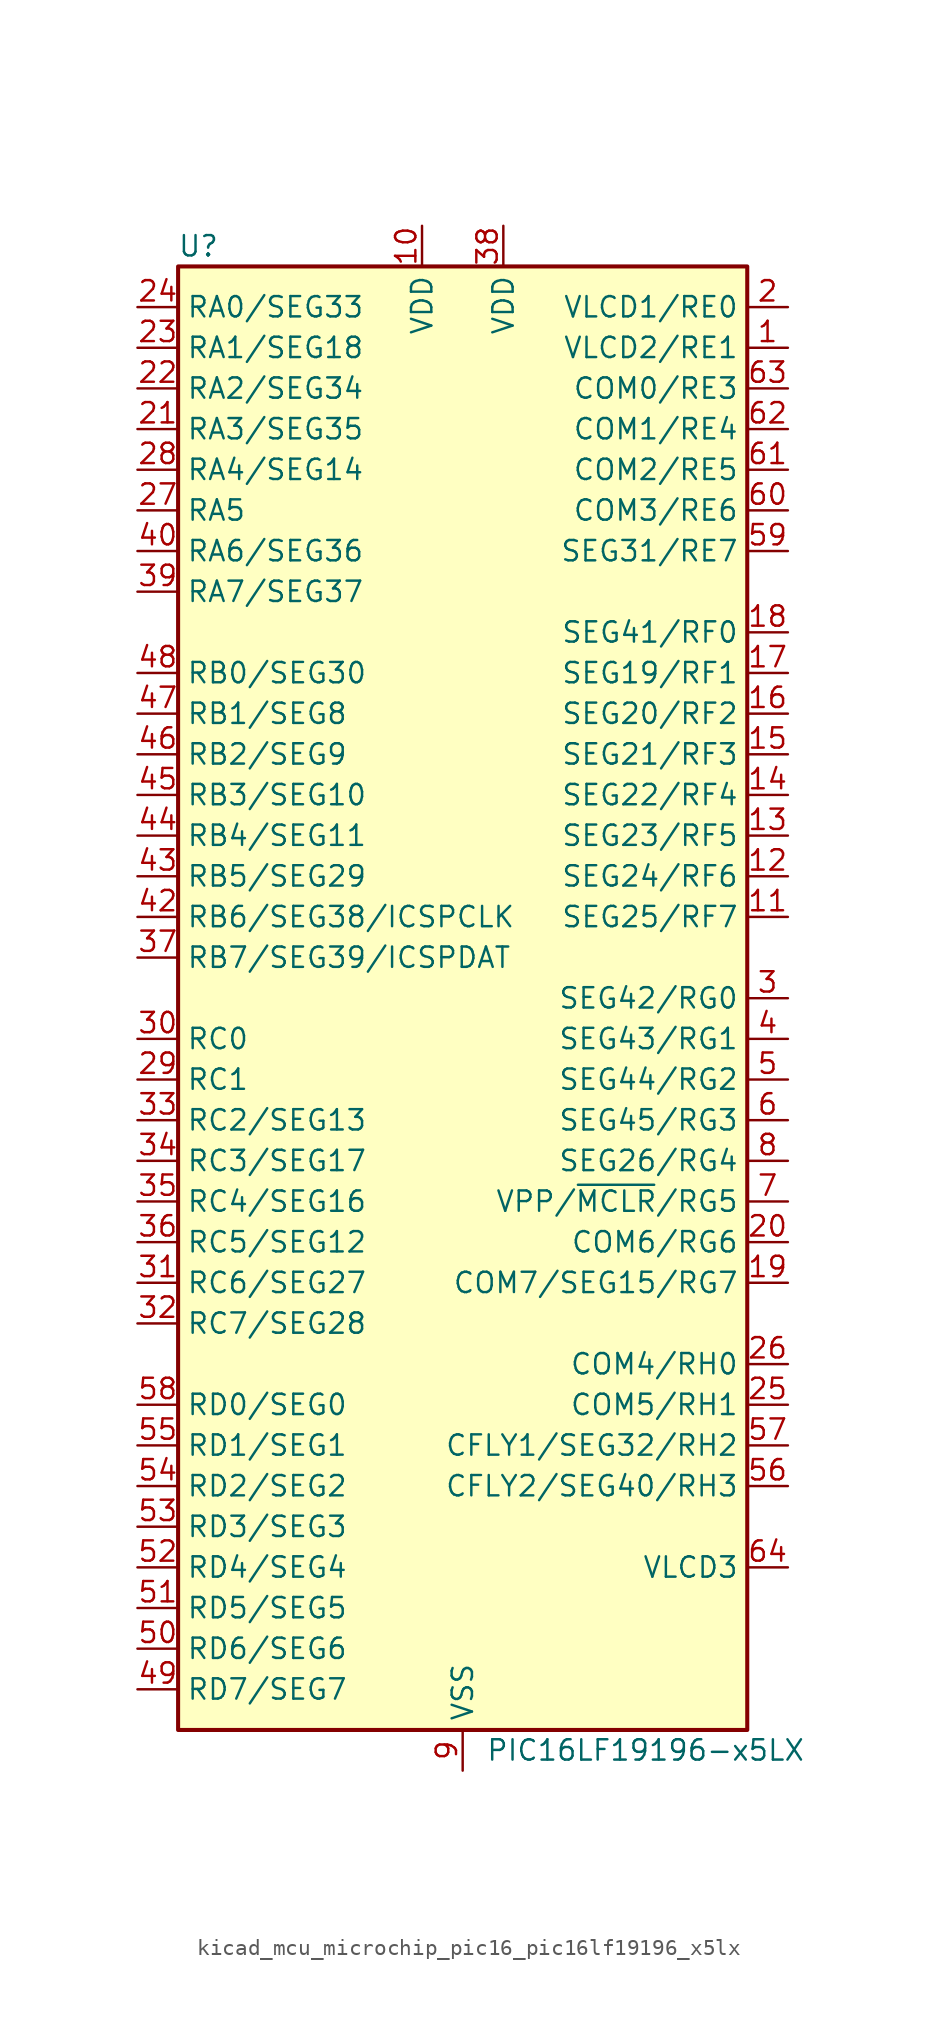
<source format=kicad_sym>
(kicad_symbol_lib
  (version 20220914)
  (generator kicad_symbol_editor)
  (symbol "kicad_mcu_microchip_pic16_pic16lf19196_x5lx"
    (property "Reference" "U"
      (at -16.51 46.99 0)
      (effects (font (size 1.27 1.27))))
    (property "Value" "PIC16LF19196-x5LX"
      (at 11.43 -46.99 0)
      (effects (font (size 1.27 1.27))))
    (symbol "kicad_mcu_microchip_pic16_pic16lf19196_x5lx_0_1"
      (rectangle (start -17.78 45.72) (end 17.78 -45.72) (stroke (width 0.254) (type default)) (fill (type background))))
    (symbol "kicad_mcu_microchip_pic16_pic16lf19196_x5lx_1_1"
      (pin bidirectional line (at 20.32 40.64 180) (length 2.54) (name "VLCD2/RE1" (effects (font (size 1.27 1.27)))) (number "1" (effects (font (size 1.27 1.27)))))
      (pin power_in line (at -2.54 48.26 270) (length 2.54) (name "VDD" (effects (font (size 1.27 1.27)))) (number "10" (effects (font (size 1.27 1.27)))))
      (pin bidirectional line (at 20.32 5.08 180) (length 2.54) (name "SEG25/RF7" (effects (font (size 1.27 1.27)))) (number "11" (effects (font (size 1.27 1.27)))))
      (pin bidirectional line (at 20.32 7.62 180) (length 2.54) (name "SEG24/RF6" (effects (font (size 1.27 1.27)))) (number "12" (effects (font (size 1.27 1.27)))))
      (pin bidirectional line (at 20.32 10.16 180) (length 2.54) (name "SEG23/RF5" (effects (font (size 1.27 1.27)))) (number "13" (effects (font (size 1.27 1.27)))))
      (pin bidirectional line (at 20.32 12.7 180) (length 2.54) (name "SEG22/RF4" (effects (font (size 1.27 1.27)))) (number "14" (effects (font (size 1.27 1.27)))))
      (pin bidirectional line (at 20.32 15.24 180) (length 2.54) (name "SEG21/RF3" (effects (font (size 1.27 1.27)))) (number "15" (effects (font (size 1.27 1.27)))))
      (pin bidirectional line (at 20.32 17.78 180) (length 2.54) (name "SEG20/RF2" (effects (font (size 1.27 1.27)))) (number "16" (effects (font (size 1.27 1.27)))))
      (pin bidirectional line (at 20.32 20.32 180) (length 2.54) (name "SEG19/RF1" (effects (font (size 1.27 1.27)))) (number "17" (effects (font (size 1.27 1.27)))))
      (pin bidirectional line (at 20.32 22.86 180) (length 2.54) (name "SEG41/RF0" (effects (font (size 1.27 1.27)))) (number "18" (effects (font (size 1.27 1.27)))))
      (pin bidirectional line (at 20.32 -17.78 180) (length 2.54) (name "COM7/SEG15/RG7" (effects (font (size 1.27 1.27)))) (number "19" (effects (font (size 1.27 1.27)))))
      (pin bidirectional line (at 20.32 43.18 180) (length 2.54) (name "VLCD1/RE0" (effects (font (size 1.27 1.27)))) (number "2" (effects (font (size 1.27 1.27)))))
      (pin bidirectional line (at 20.32 -15.24 180) (length 2.54) (name "COM6/RG6" (effects (font (size 1.27 1.27)))) (number "20" (effects (font (size 1.27 1.27)))))
      (pin bidirectional line (at -20.32 35.56 0) (length 2.54) (name "RA3/SEG35" (effects (font (size 1.27 1.27)))) (number "21" (effects (font (size 1.27 1.27)))))
      (pin bidirectional line (at -20.32 38.1 0) (length 2.54) (name "RA2/SEG34" (effects (font (size 1.27 1.27)))) (number "22" (effects (font (size 1.27 1.27)))))
      (pin bidirectional line (at -20.32 40.64 0) (length 2.54) (name "RA1/SEG18" (effects (font (size 1.27 1.27)))) (number "23" (effects (font (size 1.27 1.27)))))
      (pin bidirectional line (at -20.32 43.18 0) (length 2.54) (name "RA0/SEG33" (effects (font (size 1.27 1.27)))) (number "24" (effects (font (size 1.27 1.27)))))
      (pin bidirectional line (at 20.32 -25.4 180) (length 2.54) (name "COM5/RH1" (effects (font (size 1.27 1.27)))) (number "25" (effects (font (size 1.27 1.27)))))
      (pin bidirectional line (at 20.32 -22.86 180) (length 2.54) (name "COM4/RH0" (effects (font (size 1.27 1.27)))) (number "26" (effects (font (size 1.27 1.27)))))
      (pin bidirectional line (at -20.32 30.48 0) (length 2.54) (name "RA5" (effects (font (size 1.27 1.27)))) (number "27" (effects (font (size 1.27 1.27)))))
      (pin bidirectional line (at -20.32 33.02 0) (length 2.54) (name "RA4/SEG14" (effects (font (size 1.27 1.27)))) (number "28" (effects (font (size 1.27 1.27)))))
      (pin bidirectional line (at -20.32 -5.08 0) (length 2.54) (name "RC1" (effects (font (size 1.27 1.27)))) (number "29" (effects (font (size 1.27 1.27)))))
      (pin bidirectional line (at 20.32 0 180) (length 2.54) (name "SEG42/RG0" (effects (font (size 1.27 1.27)))) (number "3" (effects (font (size 1.27 1.27)))))
      (pin bidirectional line (at -20.32 -2.54 0) (length 2.54) (name "RC0" (effects (font (size 1.27 1.27)))) (number "30" (effects (font (size 1.27 1.27)))))
      (pin bidirectional line (at -20.32 -17.78 0) (length 2.54) (name "RC6/SEG27" (effects (font (size 1.27 1.27)))) (number "31" (effects (font (size 1.27 1.27)))))
      (pin bidirectional line (at -20.32 -20.32 0) (length 2.54) (name "RC7/SEG28" (effects (font (size 1.27 1.27)))) (number "32" (effects (font (size 1.27 1.27)))))
      (pin bidirectional line (at -20.32 -7.62 0) (length 2.54) (name "RC2/SEG13" (effects (font (size 1.27 1.27)))) (number "33" (effects (font (size 1.27 1.27)))))
      (pin bidirectional line (at -20.32 -10.16 0) (length 2.54) (name "RC3/SEG17" (effects (font (size 1.27 1.27)))) (number "34" (effects (font (size 1.27 1.27)))))
      (pin bidirectional line (at -20.32 -12.7 0) (length 2.54) (name "RC4/SEG16" (effects (font (size 1.27 1.27)))) (number "35" (effects (font (size 1.27 1.27)))))
      (pin bidirectional line (at -20.32 -15.24 0) (length 2.54) (name "RC5/SEG12" (effects (font (size 1.27 1.27)))) (number "36" (effects (font (size 1.27 1.27)))))
      (pin bidirectional line (at -20.32 2.54 0) (length 2.54) (name "RB7/SEG39/ICSPDAT" (effects (font (size 1.27 1.27)))) (number "37" (effects (font (size 1.27 1.27)))))
      (pin power_in line (at 2.54 48.26 270) (length 2.54) (name "VDD" (effects (font (size 1.27 1.27)))) (number "38" (effects (font (size 1.27 1.27)))))
      (pin bidirectional line (at -20.32 25.4 0) (length 2.54) (name "RA7/SEG37" (effects (font (size 1.27 1.27)))) (number "39" (effects (font (size 1.27 1.27)))))
      (pin bidirectional line (at 20.32 -2.54 180) (length 2.54) (name "SEG43/RG1" (effects (font (size 1.27 1.27)))) (number "4" (effects (font (size 1.27 1.27)))))
      (pin bidirectional line (at -20.32 27.94 0) (length 2.54) (name "RA6/SEG36" (effects (font (size 1.27 1.27)))) (number "40" (effects (font (size 1.27 1.27)))))
      (pin passive line (at 0 -48.26 90) (length 2.54) hide (name "VSS" (effects (font (size 1.27 1.27)))) (number "41" (effects (font (size 1.27 1.27)))))
      (pin bidirectional line (at -20.32 5.08 0) (length 2.54) (name "RB6/SEG38/ICSPCLK" (effects (font (size 1.27 1.27)))) (number "42" (effects (font (size 1.27 1.27)))))
      (pin bidirectional line (at -20.32 7.62 0) (length 2.54) (name "RB5/SEG29" (effects (font (size 1.27 1.27)))) (number "43" (effects (font (size 1.27 1.27)))))
      (pin bidirectional line (at -20.32 10.16 0) (length 2.54) (name "RB4/SEG11" (effects (font (size 1.27 1.27)))) (number "44" (effects (font (size 1.27 1.27)))))
      (pin bidirectional line (at -20.32 12.7 0) (length 2.54) (name "RB3/SEG10" (effects (font (size 1.27 1.27)))) (number "45" (effects (font (size 1.27 1.27)))))
      (pin bidirectional line (at -20.32 15.24 0) (length 2.54) (name "RB2/SEG9" (effects (font (size 1.27 1.27)))) (number "46" (effects (font (size 1.27 1.27)))))
      (pin bidirectional line (at -20.32 17.78 0) (length 2.54) (name "RB1/SEG8" (effects (font (size 1.27 1.27)))) (number "47" (effects (font (size 1.27 1.27)))))
      (pin bidirectional line (at -20.32 20.32 0) (length 2.54) (name "RB0/SEG30" (effects (font (size 1.27 1.27)))) (number "48" (effects (font (size 1.27 1.27)))))
      (pin bidirectional line (at -20.32 -43.18 0) (length 2.54) (name "RD7/SEG7" (effects (font (size 1.27 1.27)))) (number "49" (effects (font (size 1.27 1.27)))))
      (pin bidirectional line (at 20.32 -5.08 180) (length 2.54) (name "SEG44/RG2" (effects (font (size 1.27 1.27)))) (number "5" (effects (font (size 1.27 1.27)))))
      (pin bidirectional line (at -20.32 -40.64 0) (length 2.54) (name "RD6/SEG6" (effects (font (size 1.27 1.27)))) (number "50" (effects (font (size 1.27 1.27)))))
      (pin bidirectional line (at -20.32 -38.1 0) (length 2.54) (name "RD5/SEG5" (effects (font (size 1.27 1.27)))) (number "51" (effects (font (size 1.27 1.27)))))
      (pin bidirectional line (at -20.32 -35.56 0) (length 2.54) (name "RD4/SEG4" (effects (font (size 1.27 1.27)))) (number "52" (effects (font (size 1.27 1.27)))))
      (pin bidirectional line (at -20.32 -33.02 0) (length 2.54) (name "RD3/SEG3" (effects (font (size 1.27 1.27)))) (number "53" (effects (font (size 1.27 1.27)))))
      (pin bidirectional line (at -20.32 -30.48 0) (length 2.54) (name "RD2/SEG2" (effects (font (size 1.27 1.27)))) (number "54" (effects (font (size 1.27 1.27)))))
      (pin bidirectional line (at -20.32 -27.94 0) (length 2.54) (name "RD1/SEG1" (effects (font (size 1.27 1.27)))) (number "55" (effects (font (size 1.27 1.27)))))
      (pin bidirectional line (at 20.32 -30.48 180) (length 2.54) (name "CFLY2/SEG40/RH3" (effects (font (size 1.27 1.27)))) (number "56" (effects (font (size 1.27 1.27)))))
      (pin bidirectional line (at 20.32 -27.94 180) (length 2.54) (name "CFLY1/SEG32/RH2" (effects (font (size 1.27 1.27)))) (number "57" (effects (font (size 1.27 1.27)))))
      (pin bidirectional line (at -20.32 -25.4 0) (length 2.54) (name "RD0/SEG0" (effects (font (size 1.27 1.27)))) (number "58" (effects (font (size 1.27 1.27)))))
      (pin bidirectional line (at 20.32 27.94 180) (length 2.54) (name "SEG31/RE7" (effects (font (size 1.27 1.27)))) (number "59" (effects (font (size 1.27 1.27)))))
      (pin bidirectional line (at 20.32 -7.62 180) (length 2.54) (name "SEG45/RG3" (effects (font (size 1.27 1.27)))) (number "6" (effects (font (size 1.27 1.27)))))
      (pin bidirectional line (at 20.32 30.48 180) (length 2.54) (name "COM3/RE6" (effects (font (size 1.27 1.27)))) (number "60" (effects (font (size 1.27 1.27)))))
      (pin bidirectional line (at 20.32 33.02 180) (length 2.54) (name "COM2/RE5" (effects (font (size 1.27 1.27)))) (number "61" (effects (font (size 1.27 1.27)))))
      (pin bidirectional line (at 20.32 35.56 180) (length 2.54) (name "COM1/RE4" (effects (font (size 1.27 1.27)))) (number "62" (effects (font (size 1.27 1.27)))))
      (pin bidirectional line (at 20.32 38.1 180) (length 2.54) (name "COM0/RE3" (effects (font (size 1.27 1.27)))) (number "63" (effects (font (size 1.27 1.27)))))
      (pin input line (at 20.32 -35.56 180) (length 2.54) (name "VLCD3" (effects (font (size 1.27 1.27)))) (number "64" (effects (font (size 1.27 1.27)))))
      (pin passive line (at 0 -48.26 90) (length 2.54) hide (name "VSS" (effects (font (size 1.27 1.27)))) (number "65" (effects (font (size 1.27 1.27)))))
      (pin bidirectional line (at 20.32 -12.7 180) (length 2.54) (name "VPP/~{MCLR}/RG5" (effects (font (size 1.27 1.27)))) (number "7" (effects (font (size 1.27 1.27)))))
      (pin bidirectional line (at 20.32 -10.16 180) (length 2.54) (name "SEG26/RG4" (effects (font (size 1.27 1.27)))) (number "8" (effects (font (size 1.27 1.27)))))
      (pin power_in line (at 0 -48.26 90) (length 2.54) (name "VSS" (effects (font (size 1.27 1.27)))) (number "9" (effects (font (size 1.27 1.27))))))))
</source>
